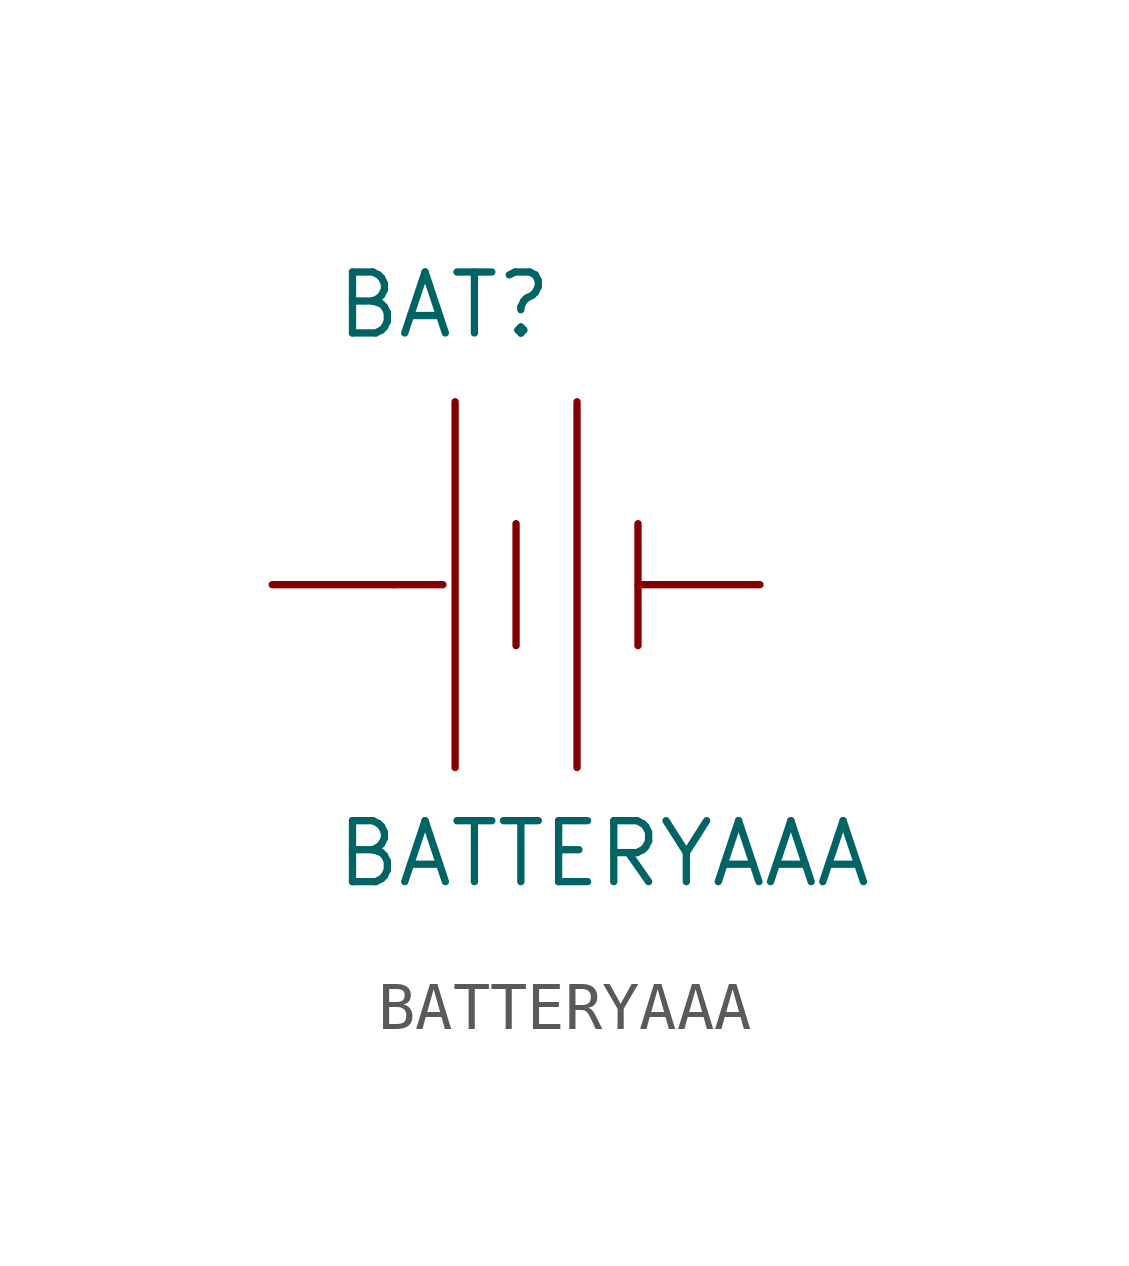
<source format=kicad_sym>
(kicad_symbol_lib
  (version 20211014)
  (generator kicad_symbol_editor)
  (symbol "BATTERYAAA"
    (pin_numbers hide)
    (pin_names
      (offset 1.016) hide)
    (property "Reference" "BAT"
      (at -3.81 5.08 0)
      (effects (font (size 1.27 1.27)) (justify left bottom)))
    (property "Value" "BATTERYAAA"
      (at -3.81 -6.35 0)
      (effects (font (size 1.27 1.27)) (justify left bottom)))
    (property "ki_locked" ""
      (at 0 0 0)
      (effects (font (size 1.27 1.27))))
    (symbol "BATTERYAAA_1_0"
      (polyline (pts (xy -2.54 0) (xy -1.524 0)) (stroke (width 0) (type default) (color 0 0 0 0)) (fill (type none)))
      (polyline (pts (xy -1.27 3.81) (xy -1.27 -3.81)) (stroke (width 0) (type default) (color 0 0 0 0)) (fill (type none)))
      (polyline (pts (xy 0 1.27) (xy 0 -1.27)) (stroke (width 0) (type default) (color 0 0 0 0)) (fill (type none)))
      (polyline (pts (xy 1.27 3.81) (xy 1.27 -3.81)) (stroke (width 0) (type default) (color 0 0 0 0)) (fill (type none)))
      (polyline (pts (xy 2.54 1.27) (xy 2.54 -1.27)) (stroke (width 0) (type default) (color 0 0 0 0)) (fill (type none))))
    (symbol "BATTERYAAA_1_1"
      (pin power_in line (at 5.08 0 180) (length 2.54) (name "-" (effects (font (size 1.016 1.016)))) (number "GND@1" (effects (font (size 1.016 1.016)))))
      (pin power_in line (at -5.08 0 0) (length 2.54) (name "+" (effects (font (size 1.016 1.016)))) (number "PWR@1" (effects (font (size 1.016 1.016))))))))
</source>
